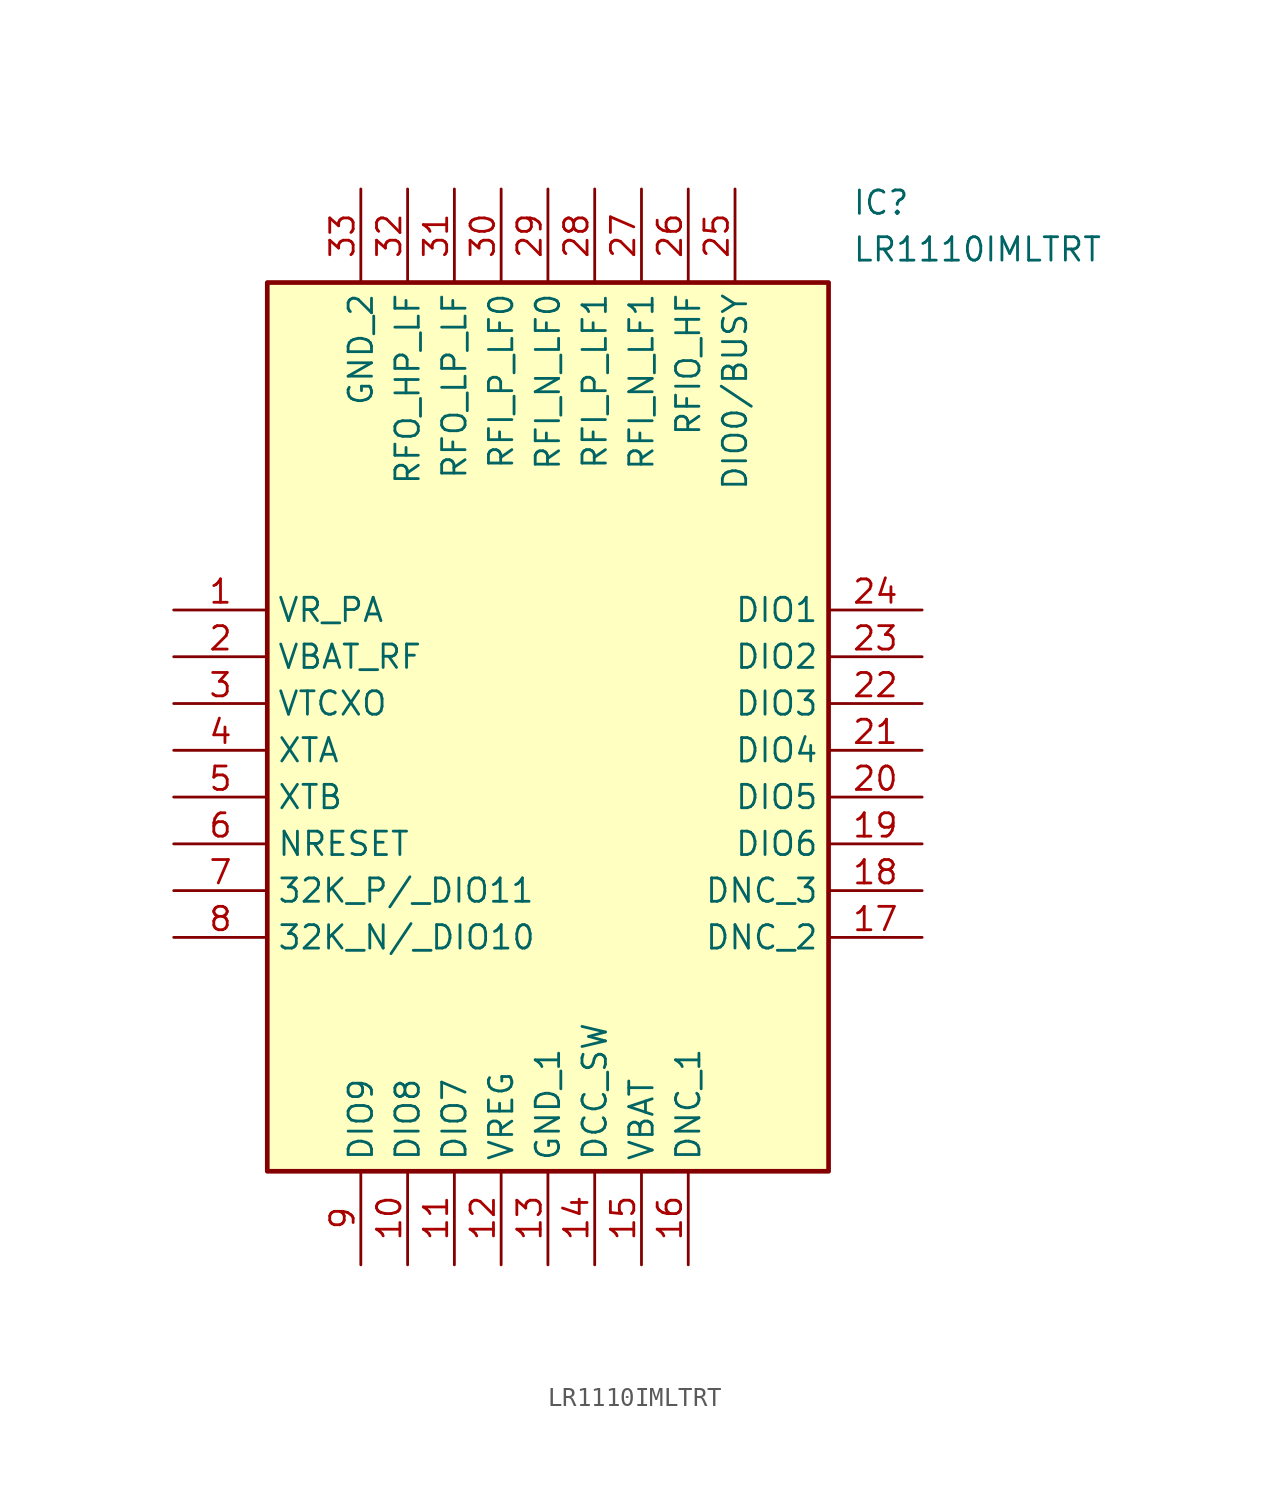
<source format=kicad_sym>
(kicad_symbol_lib
  (version 20211014)
  (generator SamacSys_ECAD_Model)
  (symbol "LR1110IMLTRT"
    (property "Reference" "IC"
      (at 36.83 22.86 0)
      (effects (font (size 1.27 1.27)) (justify left top)))
    (property "Value" "LR1110IMLTRT"
      (at 36.83 20.32 0)
      (effects (font (size 1.27 1.27)) (justify left top)))
    (rectangle
      (start 5.08 17.78)
      (end 35.56 -30.48)
      (stroke (width 0.254) (type default))
      (fill (type background)))
    (pin passive line
      (at 0 0 0)
      (length 5.08)
      (name "VR_PA" (effects (font (size 1.27 1.27))))
      (number "1" (effects (font (size 1.27 1.27)))))
    (pin passive line
      (at 0 -2.54 0)
      (length 5.08)
      (name "VBAT_RF" (effects (font (size 1.27 1.27))))
      (number "2" (effects (font (size 1.27 1.27)))))
    (pin passive line
      (at 0 -5.08 0)
      (length 5.08)
      (name "VTCXO" (effects (font (size 1.27 1.27))))
      (number "3" (effects (font (size 1.27 1.27)))))
    (pin passive line
      (at 0 -7.62 0)
      (length 5.08)
      (name "XTA" (effects (font (size 1.27 1.27))))
      (number "4" (effects (font (size 1.27 1.27)))))
    (pin passive line
      (at 0 -10.16 0)
      (length 5.08)
      (name "XTB" (effects (font (size 1.27 1.27))))
      (number "5" (effects (font (size 1.27 1.27)))))
    (pin passive line
      (at 0 -12.7 0)
      (length 5.08)
      (name "NRESET" (effects (font (size 1.27 1.27))))
      (number "6" (effects (font (size 1.27 1.27)))))
    (pin passive line
      (at 0 -15.24 0)
      (length 5.08)
      (name "32K_P/_DIO11" (effects (font (size 1.27 1.27))))
      (number "7" (effects (font (size 1.27 1.27)))))
    (pin passive line
      (at 0 -17.78 0)
      (length 5.08)
      (name "32K_N/_DIO10" (effects (font (size 1.27 1.27))))
      (number "8" (effects (font (size 1.27 1.27)))))
    (pin passive line
      (at 10.16 -35.56 90)
      (length 5.08)
      (name "DIO9" (effects (font (size 1.27 1.27))))
      (number "9" (effects (font (size 1.27 1.27)))))
    (pin passive line
      (at 12.7 -35.56 90)
      (length 5.08)
      (name "DIO8" (effects (font (size 1.27 1.27))))
      (number "10" (effects (font (size 1.27 1.27)))))
    (pin passive line
      (at 15.24 -35.56 90)
      (length 5.08)
      (name "DIO7" (effects (font (size 1.27 1.27))))
      (number "11" (effects (font (size 1.27 1.27)))))
    (pin passive line
      (at 17.78 -35.56 90)
      (length 5.08)
      (name "VREG" (effects (font (size 1.27 1.27))))
      (number "12" (effects (font (size 1.27 1.27)))))
    (pin passive line
      (at 20.32 -35.56 90)
      (length 5.08)
      (name "GND_1" (effects (font (size 1.27 1.27))))
      (number "13" (effects (font (size 1.27 1.27)))))
    (pin passive line
      (at 22.86 -35.56 90)
      (length 5.08)
      (name "DCC_SW" (effects (font (size 1.27 1.27))))
      (number "14" (effects (font (size 1.27 1.27)))))
    (pin passive line
      (at 25.4 -35.56 90)
      (length 5.08)
      (name "VBAT" (effects (font (size 1.27 1.27))))
      (number "15" (effects (font (size 1.27 1.27)))))
    (pin passive line
      (at 27.94 -35.56 90)
      (length 5.08)
      (name "DNC_1" (effects (font (size 1.27 1.27))))
      (number "16" (effects (font (size 1.27 1.27)))))
    (pin passive line
      (at 40.64 0 180)
      (length 5.08)
      (name "DIO1" (effects (font (size 1.27 1.27))))
      (number "24" (effects (font (size 1.27 1.27)))))
    (pin passive line
      (at 40.64 -2.54 180)
      (length 5.08)
      (name "DIO2" (effects (font (size 1.27 1.27))))
      (number "23" (effects (font (size 1.27 1.27)))))
    (pin passive line
      (at 40.64 -5.08 180)
      (length 5.08)
      (name "DIO3" (effects (font (size 1.27 1.27))))
      (number "22" (effects (font (size 1.27 1.27)))))
    (pin passive line
      (at 40.64 -7.62 180)
      (length 5.08)
      (name "DIO4" (effects (font (size 1.27 1.27))))
      (number "21" (effects (font (size 1.27 1.27)))))
    (pin passive line
      (at 40.64 -10.16 180)
      (length 5.08)
      (name "DIO5" (effects (font (size 1.27 1.27))))
      (number "20" (effects (font (size 1.27 1.27)))))
    (pin passive line
      (at 40.64 -12.7 180)
      (length 5.08)
      (name "DIO6" (effects (font (size 1.27 1.27))))
      (number "19" (effects (font (size 1.27 1.27)))))
    (pin passive line
      (at 40.64 -15.24 180)
      (length 5.08)
      (name "DNC_3" (effects (font (size 1.27 1.27))))
      (number "18" (effects (font (size 1.27 1.27)))))
    (pin passive line
      (at 40.64 -17.78 180)
      (length 5.08)
      (name "DNC_2" (effects (font (size 1.27 1.27))))
      (number "17" (effects (font (size 1.27 1.27)))))
    (pin passive line
      (at 10.16 22.86 270)
      (length 5.08)
      (name "GND_2" (effects (font (size 1.27 1.27))))
      (number "33" (effects (font (size 1.27 1.27)))))
    (pin passive line
      (at 12.7 22.86 270)
      (length 5.08)
      (name "RFO_HP_LF" (effects (font (size 1.27 1.27))))
      (number "32" (effects (font (size 1.27 1.27)))))
    (pin passive line
      (at 15.24 22.86 270)
      (length 5.08)
      (name "RFO_LP_LF" (effects (font (size 1.27 1.27))))
      (number "31" (effects (font (size 1.27 1.27)))))
    (pin passive line
      (at 17.78 22.86 270)
      (length 5.08)
      (name "RFI_P_LF0" (effects (font (size 1.27 1.27))))
      (number "30" (effects (font (size 1.27 1.27)))))
    (pin passive line
      (at 20.32 22.86 270)
      (length 5.08)
      (name "RFI_N_LF0" (effects (font (size 1.27 1.27))))
      (number "29" (effects (font (size 1.27 1.27)))))
    (pin passive line
      (at 22.86 22.86 270)
      (length 5.08)
      (name "RFI_P_LF1" (effects (font (size 1.27 1.27))))
      (number "28" (effects (font (size 1.27 1.27)))))
    (pin passive line
      (at 25.4 22.86 270)
      (length 5.08)
      (name "RFI_N_LF1" (effects (font (size 1.27 1.27))))
      (number "27" (effects (font (size 1.27 1.27)))))
    (pin passive line
      (at 27.94 22.86 270)
      (length 5.08)
      (name "RFIO_HF" (effects (font (size 1.27 1.27))))
      (number "26" (effects (font (size 1.27 1.27)))))
    (pin passive line
      (at 30.48 22.86 270)
      (length 5.08)
      (name "DIO0/BUSY" (effects (font (size 1.27 1.27))))
      (number "25" (effects (font (size 1.27 1.27)))))))
</source>
